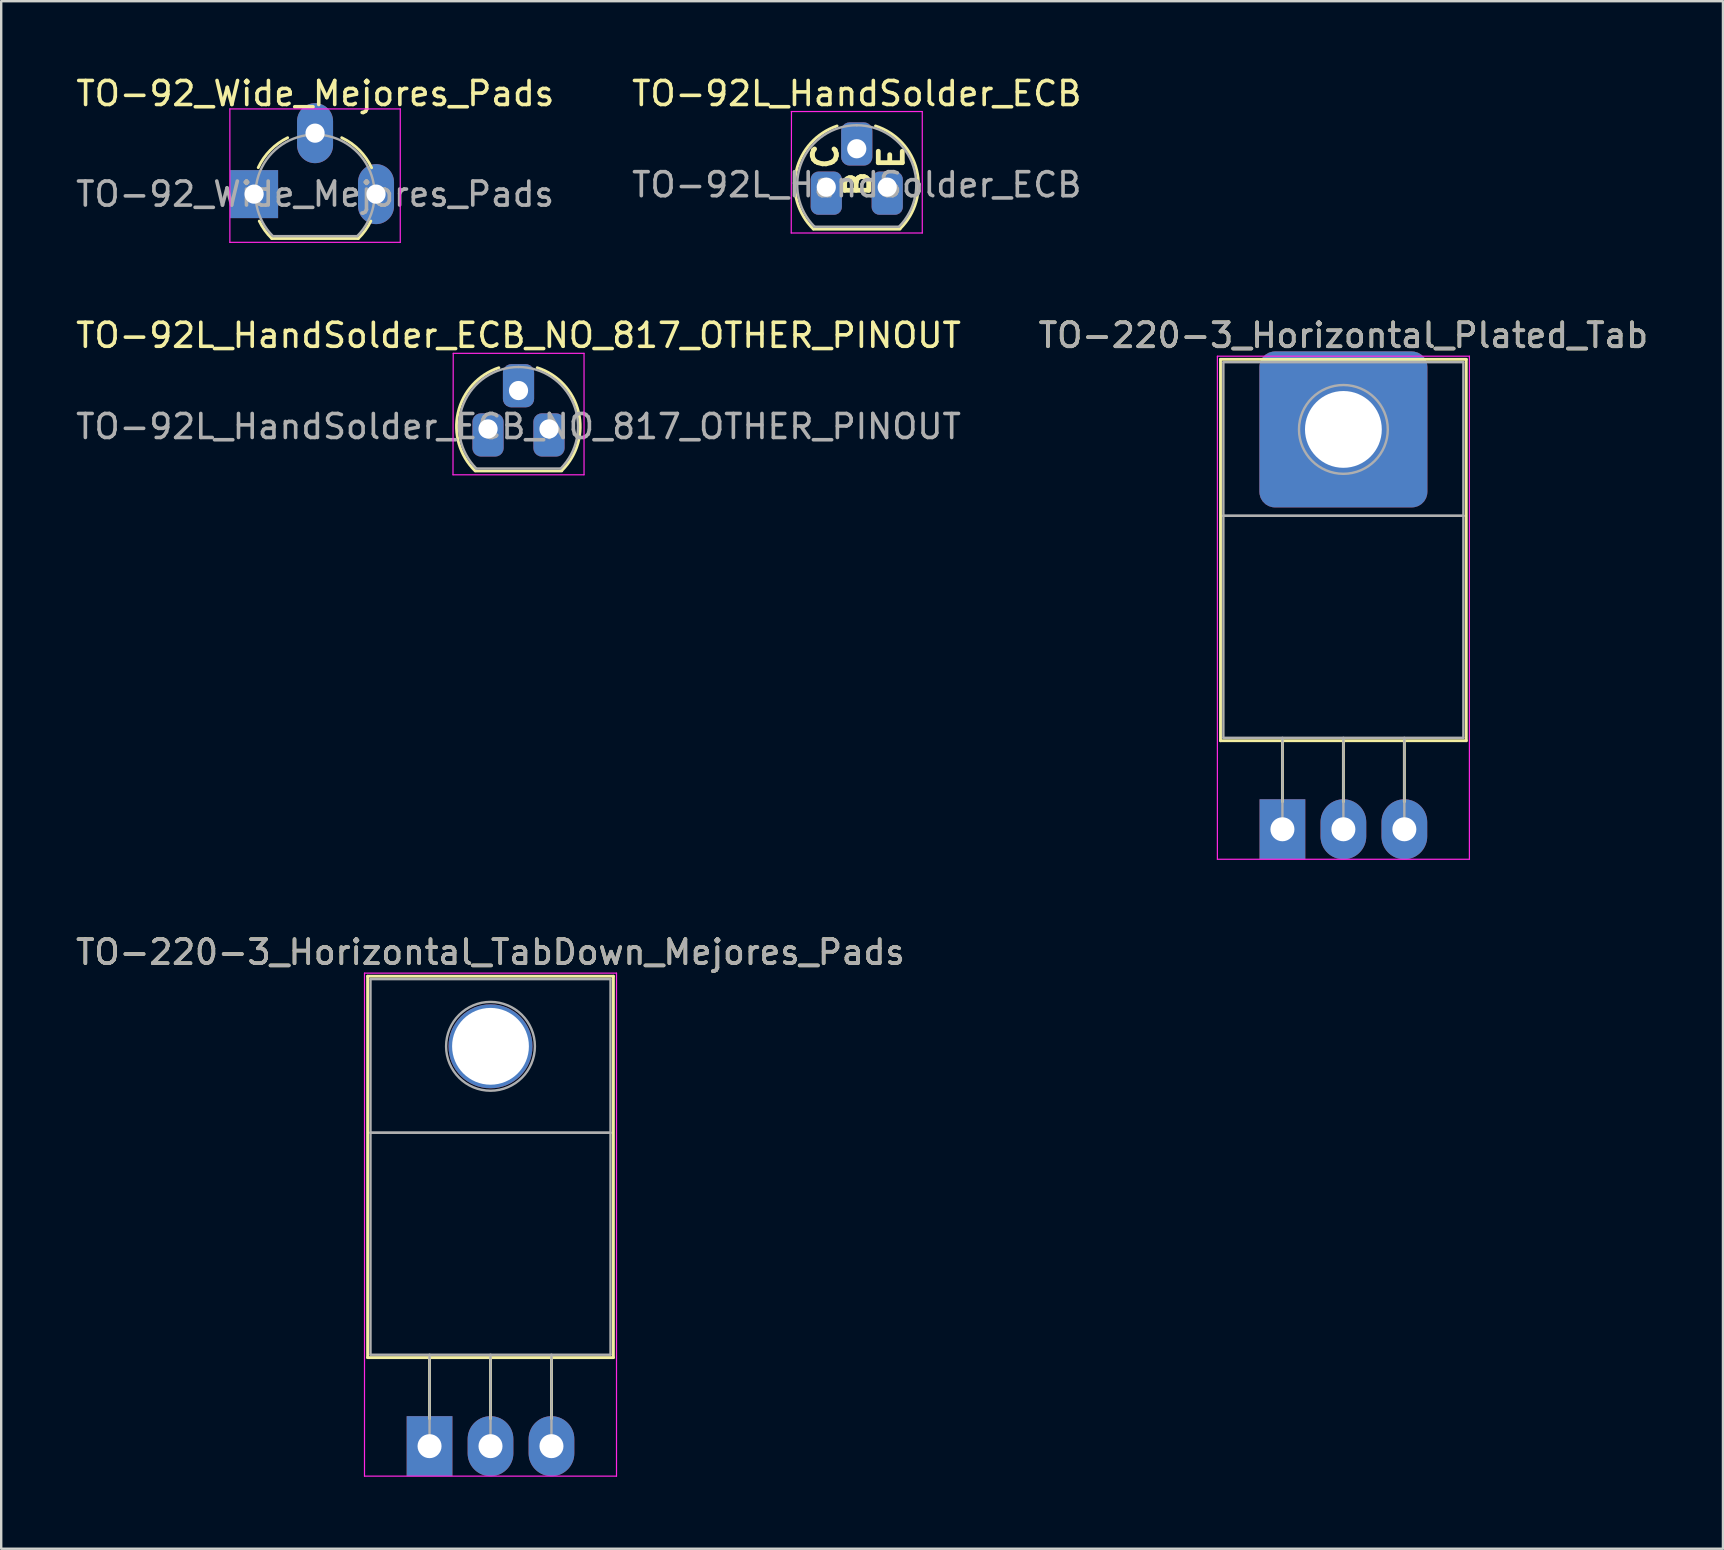
<source format=kicad_pcb>
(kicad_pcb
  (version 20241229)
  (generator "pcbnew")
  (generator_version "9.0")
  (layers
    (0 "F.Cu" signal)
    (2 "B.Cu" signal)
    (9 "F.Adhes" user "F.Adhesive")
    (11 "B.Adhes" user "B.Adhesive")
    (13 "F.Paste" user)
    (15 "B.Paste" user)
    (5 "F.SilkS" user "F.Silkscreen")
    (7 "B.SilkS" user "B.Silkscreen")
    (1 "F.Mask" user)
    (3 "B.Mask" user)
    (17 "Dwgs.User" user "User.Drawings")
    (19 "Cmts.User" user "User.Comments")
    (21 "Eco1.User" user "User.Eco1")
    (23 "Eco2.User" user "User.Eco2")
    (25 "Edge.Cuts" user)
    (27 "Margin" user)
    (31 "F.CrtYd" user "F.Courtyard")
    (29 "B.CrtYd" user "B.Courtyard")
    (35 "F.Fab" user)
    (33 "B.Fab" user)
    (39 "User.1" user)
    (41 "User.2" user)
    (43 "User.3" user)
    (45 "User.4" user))
  (footprint "TO-220-3_Horizontal_TabDown_Mejores_Pads"
    (layer "F.Cu")
    (at 14.847 57.205)
    (property "Reference" "TO-220-3_Horizontal_TabDown_Mejores_Pads" (at 2.54 -20.58 0) (layer "F.SilkS") (effects (font (size 1 1) (thickness 0.15))))
    (attr through_hole)
    (fp_line (start -2.58 -19.58) (end -2.58 -3.69) (stroke (width 0.12) (type solid)) (layer "F.SilkS"))
    (fp_line (start -2.58 -19.58) (end 7.66 -19.58) (stroke (width 0.12) (type solid)) (layer "F.SilkS"))
    (fp_line (start -2.58 -3.69) (end 7.66 -3.69) (stroke (width 0.12) (type solid)) (layer "F.SilkS"))
    (fp_line (start 0 -3.69) (end 0 -1.15) (stroke (width 0.12) (type solid)) (layer "F.SilkS"))
    (fp_line (start 2.54 -3.69) (end 2.54 -1.15) (stroke (width 0.12) (type solid)) (layer "F.SilkS"))
    (fp_line (start 5.08 -3.69) (end 5.08 -1.15) (stroke (width 0.12) (type solid)) (layer "F.SilkS"))
    (fp_line (start 7.66 -19.58) (end 7.66 -3.69) (stroke (width 0.12) (type solid)) (layer "F.SilkS"))
    (fp_line (start -2.71 -19.71) (end -2.71 1.25) (stroke (width 0.05) (type solid)) (layer "F.CrtYd"))
    (fp_line (start -2.71 1.25) (end 7.79 1.25) (stroke (width 0.05) (type solid)) (layer "F.CrtYd"))
    (fp_line (start 7.79 -19.71) (end -2.71 -19.71) (stroke (width 0.05) (type solid)) (layer "F.CrtYd"))
    (fp_line (start 7.79 1.25) (end 7.79 -19.71) (stroke (width 0.05) (type solid)) (layer "F.CrtYd"))
    (fp_line (start -2.46 -19.46) (end 7.54 -19.46) (stroke (width 0.1) (type solid)) (layer "F.Fab"))
    (fp_line (start -2.46 -13.06) (end -2.46 -19.46) (stroke (width 0.1) (type solid)) (layer "F.Fab"))
    (fp_line (start -2.46 -13.06) (end 7.54 -13.06) (stroke (width 0.1) (type solid)) (layer "F.Fab"))
    (fp_line (start -2.46 -3.81) (end -2.46 -13.06) (stroke (width 0.1) (type solid)) (layer "F.Fab"))
    (fp_line (start 0 -3.81) (end 0 0) (stroke (width 0.1) (type solid)) (layer "F.Fab"))
    (fp_line (start 2.54 -3.81) (end 2.54 0) (stroke (width 0.1) (type solid)) (layer "F.Fab"))
    (fp_line (start 5.08 -3.81) (end 5.08 0) (stroke (width 0.1) (type solid)) (layer "F.Fab"))
    (fp_line (start 7.54 -19.46) (end 7.54 -13.06) (stroke (width 0.1) (type solid)) (layer "F.Fab"))
    (fp_line (start 7.54 -13.06) (end -2.46 -13.06) (stroke (width 0.1) (type solid)) (layer "F.Fab"))
    (fp_line (start 7.54 -13.06) (end 7.54 -3.81) (stroke (width 0.1) (type solid)) (layer "F.Fab"))
    (fp_line (start 7.54 -3.81) (end -2.46 -3.81) (stroke (width 0.1) (type solid)) (layer "F.Fab"))
    (fp_circle (center 2.54 -16.66) (end 4.39 -16.66) (stroke (width 0.1) (type solid)) (fill no) (layer "F.Fab"))
    (fp_text user "${REFERENCE}" (at 2.54 -20.58 0) (layer "F.Fab") (effects (font (size 1 1) (thickness 0.15))))
    (pad "" np_thru_hole oval (at 2.54 -16.66) (size 3.5 3.5) (drill 3.2) (layers "*.Cu" "*.Mask"))
    (pad "1" thru_hole rect (at 0 0) (size 1.905 2.5) (drill 1) (layers "*.Cu" "*.Mask"))
    (pad "2" thru_hole oval (at 2.54 0) (size 1.905 2.5) (drill 1) (layers "*.Cu" "*.Mask"))
    (pad "3" thru_hole oval (at 5.08 0) (size 1.905 2.5) (drill 1) (layers "*.Cu" "*.Mask")))
  (footprint "TO-220-3_Horizontal_Plated_Tab"
    (layer "F.Cu")
    (at 50.383 31.502)
    (property "Reference" "TO-220-3_Horizontal_Plated_Tab" (at 2.54 -20.58 0) (layer "F.SilkS") (effects (font (size 1 1) (thickness 0.15))))
    (attr through_hole)
    (fp_line (start -2.58 -19.58) (end -2.58 -3.69) (stroke (width 0.12) (type solid)) (layer "F.SilkS"))
    (fp_line (start -2.58 -19.58) (end 7.66 -19.58) (stroke (width 0.12) (type solid)) (layer "F.SilkS"))
    (fp_line (start -2.58 -3.69) (end 7.66 -3.69) (stroke (width 0.12) (type solid)) (layer "F.SilkS"))
    (fp_line (start 0 -3.69) (end 0 -1.15) (stroke (width 0.12) (type solid)) (layer "F.SilkS"))
    (fp_line (start 2.54 -3.69) (end 2.54 -1.15) (stroke (width 0.12) (type solid)) (layer "F.SilkS"))
    (fp_line (start 5.08 -3.69) (end 5.08 -1.15) (stroke (width 0.12) (type solid)) (layer "F.SilkS"))
    (fp_line (start 7.66 -19.58) (end 7.66 -3.69) (stroke (width 0.12) (type solid)) (layer "F.SilkS"))
    (fp_line (start -2.71 -19.71) (end -2.71 1.25) (stroke (width 0.05) (type solid)) (layer "F.CrtYd"))
    (fp_line (start -2.71 1.25) (end 7.79 1.25) (stroke (width 0.05) (type solid)) (layer "F.CrtYd"))
    (fp_line (start 7.79 -19.71) (end -2.71 -19.71) (stroke (width 0.05) (type solid)) (layer "F.CrtYd"))
    (fp_line (start 7.79 1.25) (end 7.79 -19.71) (stroke (width 0.05) (type solid)) (layer "F.CrtYd"))
    (fp_line (start -2.46 -19.46) (end 7.54 -19.46) (stroke (width 0.1) (type solid)) (layer "F.Fab"))
    (fp_line (start -2.46 -13.06) (end -2.46 -19.46) (stroke (width 0.1) (type solid)) (layer "F.Fab"))
    (fp_line (start -2.46 -13.06) (end 7.54 -13.06) (stroke (width 0.1) (type solid)) (layer "F.Fab"))
    (fp_line (start -2.46 -3.81) (end -2.46 -13.06) (stroke (width 0.1) (type solid)) (layer "F.Fab"))
    (fp_line (start 0 -3.81) (end 0 0) (stroke (width 0.1) (type solid)) (layer "F.Fab"))
    (fp_line (start 2.54 -3.81) (end 2.54 0) (stroke (width 0.1) (type solid)) (layer "F.Fab"))
    (fp_line (start 5.08 -3.81) (end 5.08 0) (stroke (width 0.1) (type solid)) (layer "F.Fab"))
    (fp_line (start 7.54 -19.46) (end 7.54 -13.06) (stroke (width 0.1) (type solid)) (layer "F.Fab"))
    (fp_line (start 7.54 -13.06) (end -2.46 -13.06) (stroke (width 0.1) (type solid)) (layer "F.Fab"))
    (fp_line (start 7.54 -13.06) (end 7.54 -3.81) (stroke (width 0.1) (type solid)) (layer "F.Fab"))
    (fp_line (start 7.54 -3.81) (end -2.46 -3.81) (stroke (width 0.1) (type solid)) (layer "F.Fab"))
    (fp_circle (center 2.54 -16.66) (end 4.39 -16.66) (stroke (width 0.1) (type solid)) (fill no) (layer "F.Fab"))
    (fp_text user "${REFERENCE}" (at 2.54 -20.58 0) (layer "F.Fab") (effects (font (size 1 1) (thickness 0.15))))
    (pad "1" thru_hole rect (at 0 0) (size 1.905 2.5) (drill 1) (layers "*.Cu" "*.Mask"))
    (pad "2" thru_hole roundrect (at 2.54 -16.66) (size 7 6.5) (drill 3.2) (layers "*.Cu" "B.Mask") (roundrect_rratio 0.1))
    (pad "2" thru_hole oval (at 2.54 0) (size 1.905 2.5) (drill 1) (layers "*.Cu" "*.Mask"))
    (pad "3" thru_hole oval (at 5.08 0) (size 1.905 2.5) (drill 1) (layers "*.Cu" "*.Mask")))
  (footprint "TO-92_Wide_Mejores_Pads"
    (layer "F.Cu")
    (at 7.537 5.038)
    (property "Reference" "TO-92_Wide_Mejores_Pads" (at 2.55 -4.19 0) (layer "F.SilkS") (effects (font (size 1 1) (thickness 0.15))))
    (attr through_hole)
    (fp_line (start 0.74 1.85) (end 4.34 1.85) (stroke (width 0.12) (type solid)) (layer "F.SilkS"))
    (fp_arc (start 0.172801 -1.103842) (mid 0.678995 -1.832692) (end 1.4 -2.35) (stroke (width 0.12) (type solid)) (layer "F.SilkS"))
    (fp_arc (start 0.74 1.85) (mid 0.446097 1.509328) (end 0.215816 1.122795) (stroke (width 0.12) (type solid)) (layer "F.SilkS"))
    (fp_arc (start 3.65 -2.35) (mid 4.382279 -1.833196) (end 4.895458 -1.098371) (stroke (width 0.12) (type solid)) (layer "F.SilkS"))
    (fp_arc (start 4.864184 1.122795) (mid 4.633903 1.509328) (end 4.34 1.85) (stroke (width 0.12) (type solid)) (layer "F.SilkS"))
    (fp_line (start -1.01 -3.55) (end -1.01 2.01) (stroke (width 0.05) (type solid)) (layer "F.CrtYd"))
    (fp_line (start -1.01 -3.55) (end 6.09 -3.55) (stroke (width 0.05) (type solid)) (layer "F.CrtYd"))
    (fp_line (start 6.09 2.01) (end -1.01 2.01) (stroke (width 0.05) (type solid)) (layer "F.CrtYd"))
    (fp_line (start 6.09 2.01) (end 6.09 -3.55) (stroke (width 0.05) (type solid)) (layer "F.CrtYd"))
    (fp_line (start 0.8 1.75) (end 4.3 1.75) (stroke (width 0.1) (type solid)) (layer "F.Fab"))
    (fp_arc (start 0.786375 1.753625) (mid 0.248779 -0.949055) (end 2.54 -2.48) (stroke (width 0.1) (type solid)) (layer "F.Fab"))
    (fp_arc (start 2.54 -2.48) (mid 4.831221 -0.949055) (end 4.293625 1.753625) (stroke (width 0.1) (type solid)) (layer "F.Fab"))
    (fp_text user "${REFERENCE}" (at 2.54 0 0) (layer "F.Fab") (effects (font (size 1 1) (thickness 0.15))))
    (pad "1" thru_hole rect (at 0 0 90) (size 2 2) (drill 0.8) (layers "*.Cu" "*.Mask"))
    (pad "2" thru_hole oval (at 2.54 -2.54 90) (size 2.5 1.5) (drill 0.8) (layers "*.Cu" "*.Mask"))
    (pad "3" thru_hole oval (at 5.08 0 90) (size 2.5 1.5) (drill 0.8) (layers "*.Cu" "*.Mask")))
  (footprint "TO-92L_HandSolder_ECB"
    (layer "F.Cu")
    (at 31.377 4.648)
    (property "Reference" "TO-92L_HandSolder_ECB" (at 1.27 -3.8 0) (layer "F.SilkS") (effects (font (size 1 1) (thickness 0.15))))
    (attr through_hole)
    (fp_line (start -0.53 1.85) (end 3.07 1.85) (stroke (width 0.12) (type solid)) (layer "F.SilkS"))
    (fp_arc (start -0.541453 1.842156) (mid -1.247298 -0.581475) (end 0.45 -2.45) (stroke (width 0.12) (type solid)) (layer "F.SilkS"))
    (fp_arc (start 2.05 -2.45) (mid 3.769931 -0.601036) (end 3.078445 1.827684) (stroke (width 0.12) (type solid)) (layer "F.SilkS"))
    (fp_line (start -1.46 -3.05) (end 4 -3.05) (stroke (width 0.05) (type solid)) (layer "F.CrtYd"))
    (fp_line (start -1.45 -3.05) (end -1.46 2.01) (stroke (width 0.05) (type solid)) (layer "F.CrtYd"))
    (fp_line (start 4 2.01) (end -1.46 2.01) (stroke (width 0.05) (type solid)) (layer "F.CrtYd"))
    (fp_line (start 4 2.01) (end 4 -3.05) (stroke (width 0.05) (type solid)) (layer "F.CrtYd"))
    (fp_line (start -0.5 1.75) (end 3 1.75) (stroke (width 0.1) (type solid)) (layer "F.Fab"))
    (fp_arc (start -0.483625 1.753625) (mid -1.021221 -0.949055) (end 1.27 -2.48) (stroke (width 0.1) (type solid)) (layer "F.Fab"))
    (fp_arc (start 1.27 -2.48) (mid 3.561221 -0.949055) (end 3.023625 1.753625) (stroke (width 0.1) (type solid)) (layer "F.Fab"))
    (fp_text user "B" (at 1.9 0.6 90) (unlocked yes) (layer "F.SilkS") (effects (font (size 1 1) (thickness 0.2) (bold yes)) (justify left bottom)))
    (fp_text user "E" (at 3.3 -0.55 90) (unlocked yes) (layer "F.SilkS") (effects (font (size 1 1) (thickness 0.2) (bold yes)) (justify left bottom)))
    (fp_text user "C" (at 0.55 -0.55 90) (unlocked yes) (layer "F.SilkS") (effects (font (size 1 1) (thickness 0.2) (bold yes)) (justify left bottom)))
    (fp_text user "${REFERENCE}" (at 1.27 0 0) (layer "F.Fab") (effects (font (size 1 1) (thickness 0.15))))
    (pad "1" thru_hole roundrect (at 1.27 -1.5) (size 1.3 1.8) (drill 0.8 (offset 0 -0.2)) (layers "*.Cu" "*.Mask") (roundrect_rratio 0.269))
    (pad "2" thru_hole roundrect (at 2.54 0.1) (size 1.3 1.8) (drill 0.8 (offset 0 0.25)) (layers "*.Cu" "*.Mask") (roundrect_rratio 0.25))
    (pad "3" thru_hole roundrect (at 0 0.1) (size 1.3 1.8) (drill 0.8 (offset 0 0.25)) (layers "*.Cu" "*.Mask") (roundrect_rratio 0.25)))
  (footprint "TO-92L_HandSolder_ECB_NO_817_OTHER_PINOUT"
    (layer "F.Cu")
    (at 17.284 14.722)
    (property "Reference" "TO-92L_HandSolder_ECB_NO_817_OTHER_PINOUT" (at 1.27 -3.8 0) (layer "F.SilkS") (effects (font (size 1 1) (thickness 0.15))))
    (attr through_hole)
    (fp_line (start -0.53 1.85) (end 3.07 1.85) (stroke (width 0.12) (type solid)) (layer "F.SilkS"))
    (fp_arc (start -0.541453 1.842156) (mid -1.247298 -0.581475) (end 0.45 -2.45) (stroke (width 0.12) (type solid)) (layer "F.SilkS"))
    (fp_arc (start 2.05 -2.45) (mid 3.769931 -0.601036) (end 3.078445 1.827684) (stroke (width 0.12) (type solid)) (layer "F.SilkS"))
    (fp_line (start -1.45 -3.05) (end -1.46 2.01) (stroke (width 0.05) (type solid)) (layer "F.CrtYd"))
    (fp_line (start -1.45 -3.05) (end 4 -3.05) (stroke (width 0.05) (type solid)) (layer "F.CrtYd"))
    (fp_line (start 4 2.01) (end -1.46 2.01) (stroke (width 0.05) (type solid)) (layer "F.CrtYd"))
    (fp_line (start 4 2.01) (end 4 -3.05) (stroke (width 0.05) (type solid)) (layer "F.CrtYd"))
    (fp_line (start -0.5 1.75) (end 3 1.75) (stroke (width 0.1) (type solid)) (layer "F.Fab"))
    (fp_arc (start -0.483625 1.753625) (mid -1.021221 -0.949055) (end 1.27 -2.48) (stroke (width 0.1) (type solid)) (layer "F.Fab"))
    (fp_arc (start 1.27 -2.48) (mid 3.561221 -0.949055) (end 3.023625 1.753625) (stroke (width 0.1) (type solid)) (layer "F.Fab"))
    (fp_text user "E" (at 3.3 -0.55 90) (unlocked yes) (layer "Eco1.User") (effects (font (size 1 1) (thickness 0.2) (bold yes)) (justify left bottom)))
    (fp_text user "B" (at 1.9 0.6 90) (unlocked yes) (layer "Eco1.User") (effects (font (size 1 1) (thickness 0.2) (bold yes)) (justify left bottom)))
    (fp_text user "C" (at 0.55 -0.55 90) (unlocked yes) (layer "Eco1.User") (effects (font (size 1 1) (thickness 0.2) (bold yes)) (justify left bottom)))
    (fp_text user "${REFERENCE}" (at 1.27 0 0) (layer "F.Fab") (effects (font (size 1 1) (thickness 0.15))))
    (pad "1" thru_hole roundrect (at 2.54 0.1) (size 1.3 1.8) (drill 0.8 (offset 0 0.25)) (layers "*.Cu" "*.Mask") (roundrect_rratio 0.269))
    (pad "2" thru_hole roundrect (at 1.27 -1.5) (size 1.3 1.8) (drill 0.8 (offset 0 -0.2)) (layers "*.Cu" "*.Mask") (roundrect_rratio 0.269))
    (pad "3" thru_hole roundrect (at 0 0.1) (size 1.3 1.8) (drill 0.8 (offset 0 0.25)) (layers "*.Cu" "*.Mask") (roundrect_rratio 0.269)))
  (gr_rect
    (start -3 -3)
    (end 68.738 61.48)
    (stroke (width 0.1) (type default))
    (fill no)
    (layer "Edge.Cuts")))
</source>
